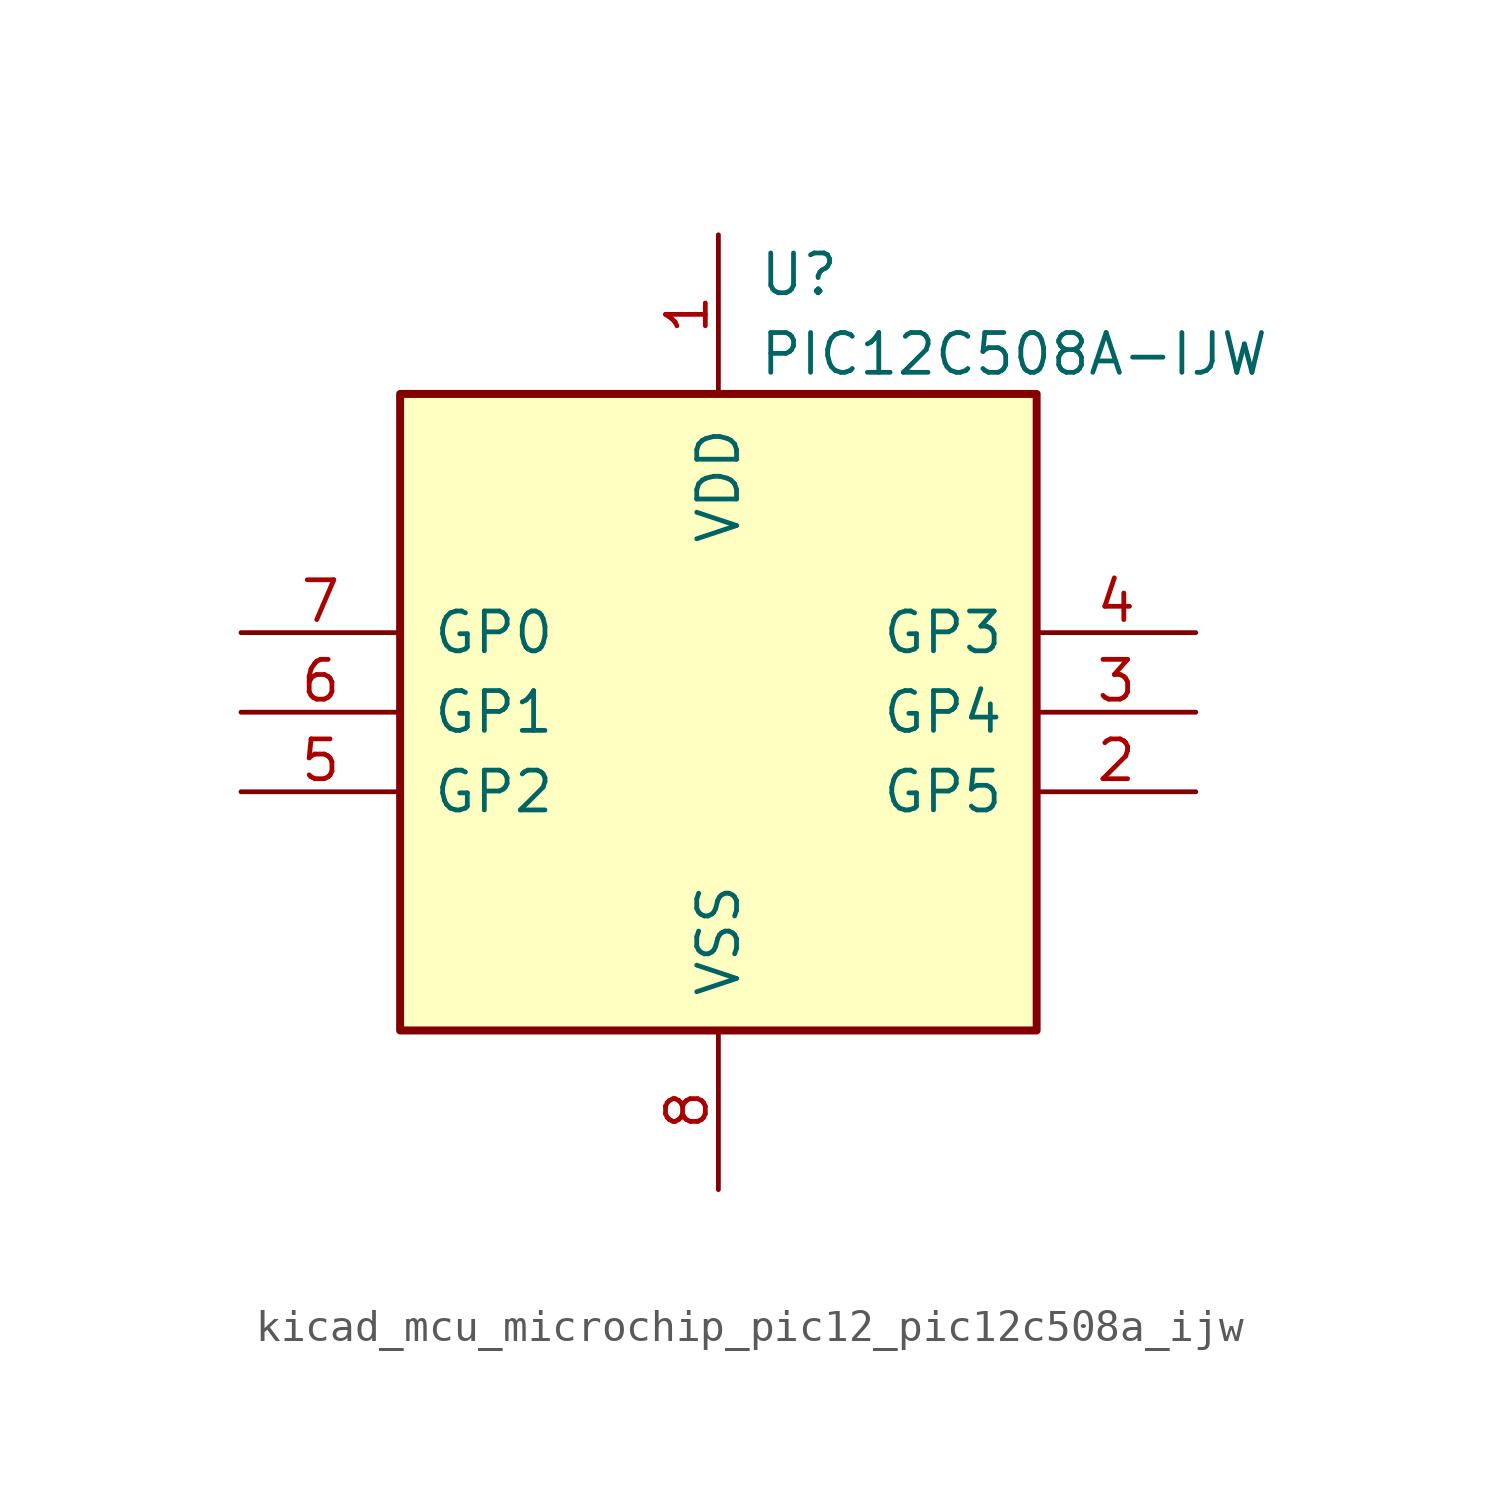
<source format=kicad_sym>
(kicad_symbol_lib
  (version 20220914)
  (generator kicad_symbol_editor)
  (symbol "kicad_mcu_microchip_pic12_pic12c508a_ijw"
    (pin_names
      (offset 1.016))
    (property "Reference" "U"
      (at 1.27 13.97 0)
      (effects (font (size 1.27 1.27)) (justify left)))
    (property "Value" "PIC12C508A-IJW"
      (at 1.27 11.43 0)
      (effects (font (size 1.27 1.27)) (justify left)))
    (symbol "kicad_mcu_microchip_pic12_pic12c508a_ijw_0_1"
      (rectangle (start 10.16 -10.16) (end -10.16 10.16) (stroke (width 0.254) (type default)) (fill (type background))))
    (symbol "kicad_mcu_microchip_pic12_pic12c508a_ijw_1_1"
      (pin power_in line (at 0 15.24 270) (length 5.08) (name "VDD" (effects (font (size 1.27 1.27)))) (number "1" (effects (font (size 1.27 1.27)))))
      (pin bidirectional line (at 15.24 -2.54 180) (length 5.08) (name "GP5" (effects (font (size 1.27 1.27)))) (number "2" (effects (font (size 1.27 1.27)))))
      (pin bidirectional line (at 15.24 0 180) (length 5.08) (name "GP4" (effects (font (size 1.27 1.27)))) (number "3" (effects (font (size 1.27 1.27)))))
      (pin input line (at 15.24 2.54 180) (length 5.08) (name "GP3" (effects (font (size 1.27 1.27)))) (number "4" (effects (font (size 1.27 1.27)))))
      (pin bidirectional line (at -15.24 -2.54 0) (length 5.08) (name "GP2" (effects (font (size 1.27 1.27)))) (number "5" (effects (font (size 1.27 1.27)))))
      (pin bidirectional line (at -15.24 0 0) (length 5.08) (name "GP1" (effects (font (size 1.27 1.27)))) (number "6" (effects (font (size 1.27 1.27)))))
      (pin bidirectional line (at -15.24 2.54 0) (length 5.08) (name "GP0" (effects (font (size 1.27 1.27)))) (number "7" (effects (font (size 1.27 1.27)))))
      (pin power_in line (at 0 -15.24 90) (length 5.08) (name "VSS" (effects (font (size 1.27 1.27)))) (number "8" (effects (font (size 1.27 1.27))))))))
</source>
